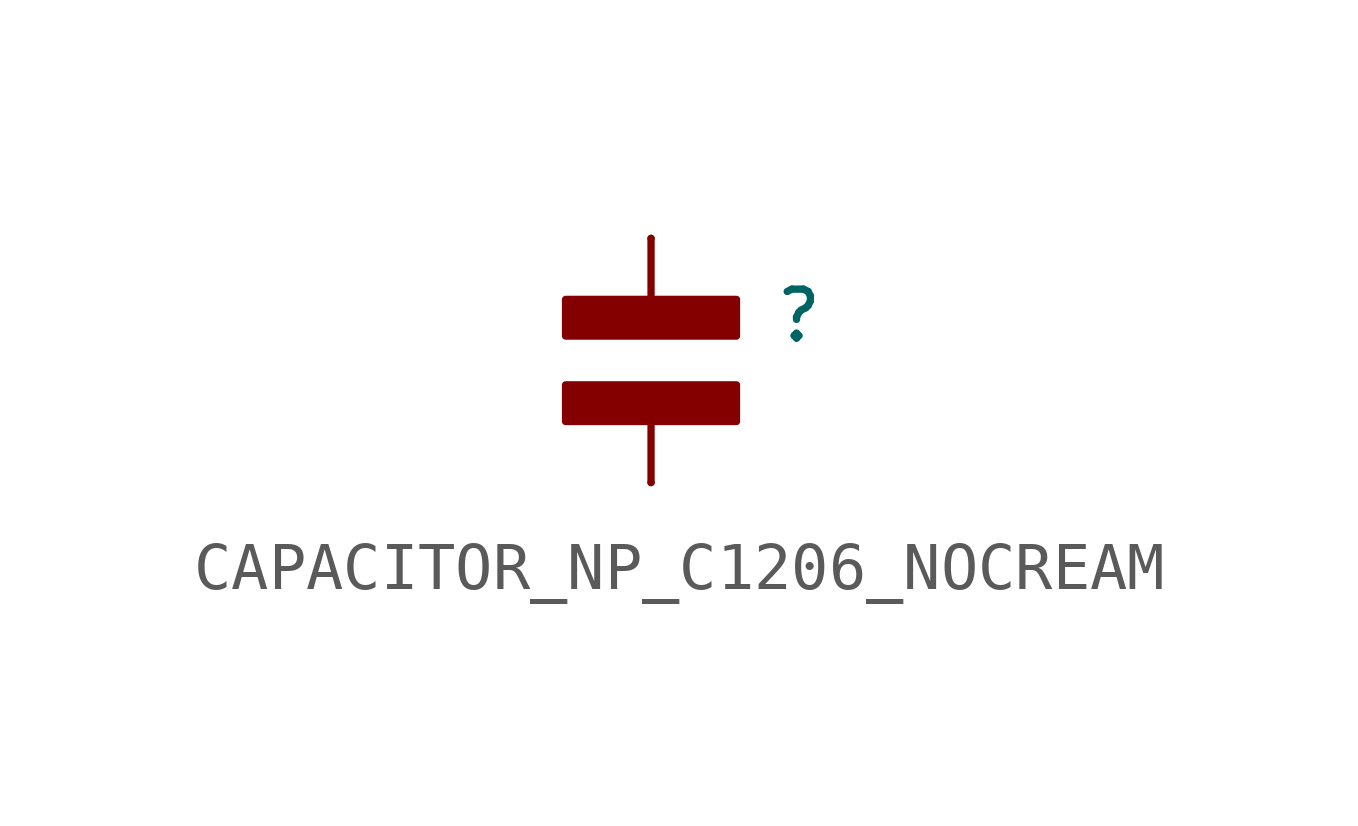
<source format=kicad_sym>
(kicad_symbol_lib
  (version 20241209)
  (generator "kicad_symbol_editor")
  (generator_version "9.0")
  (symbol "CAPACITOR_NP_C1206_NOCREAM"
    (property "Reference" ""
      (at 2.54 1.524 0)
      (effects (font (size 1.016 1.016)) (justify left top)))
    (property "Value" ""
      (at 2.54 -1.524 0)
      (effects (font (size 1.016 1.016)) (justify left bottom)))
    (property "ki_locked" ""
      (at 0 0 0)
      (effects (font (size 1.27 1.27))))
    (symbol "CAPACITOR_NP_C1206_NOCREAM_1_0"
      (rectangle (start -1.778 0.508) (end 1.778 1.27) (stroke (width 0) (type default)) (fill (type outline)))
      (rectangle (start -1.778 -1.27) (end 1.778 -0.508) (stroke (width 0) (type default)) (fill (type outline)))
      (polyline (pts (xy 0 2.54) (xy 0 1.016)) (stroke (width 0.152) (type solid)) (fill (type none)))
      (polyline (pts (xy 0 -2.54) (xy 0 -1.016)) (stroke (width 0.152) (type solid)) (fill (type none)))
      (pin passive line (at 0 2.54 270) (length 0) (name "P$1" (effects (font (size 0 0)))) (number "P$1" (effects (font (size 0 0)))))
      (pin passive line (at 0 -2.54 90) (length 0) (name "P$2" (effects (font (size 0 0)))) (number "P$2" (effects (font (size 0 0))))))))
</source>
